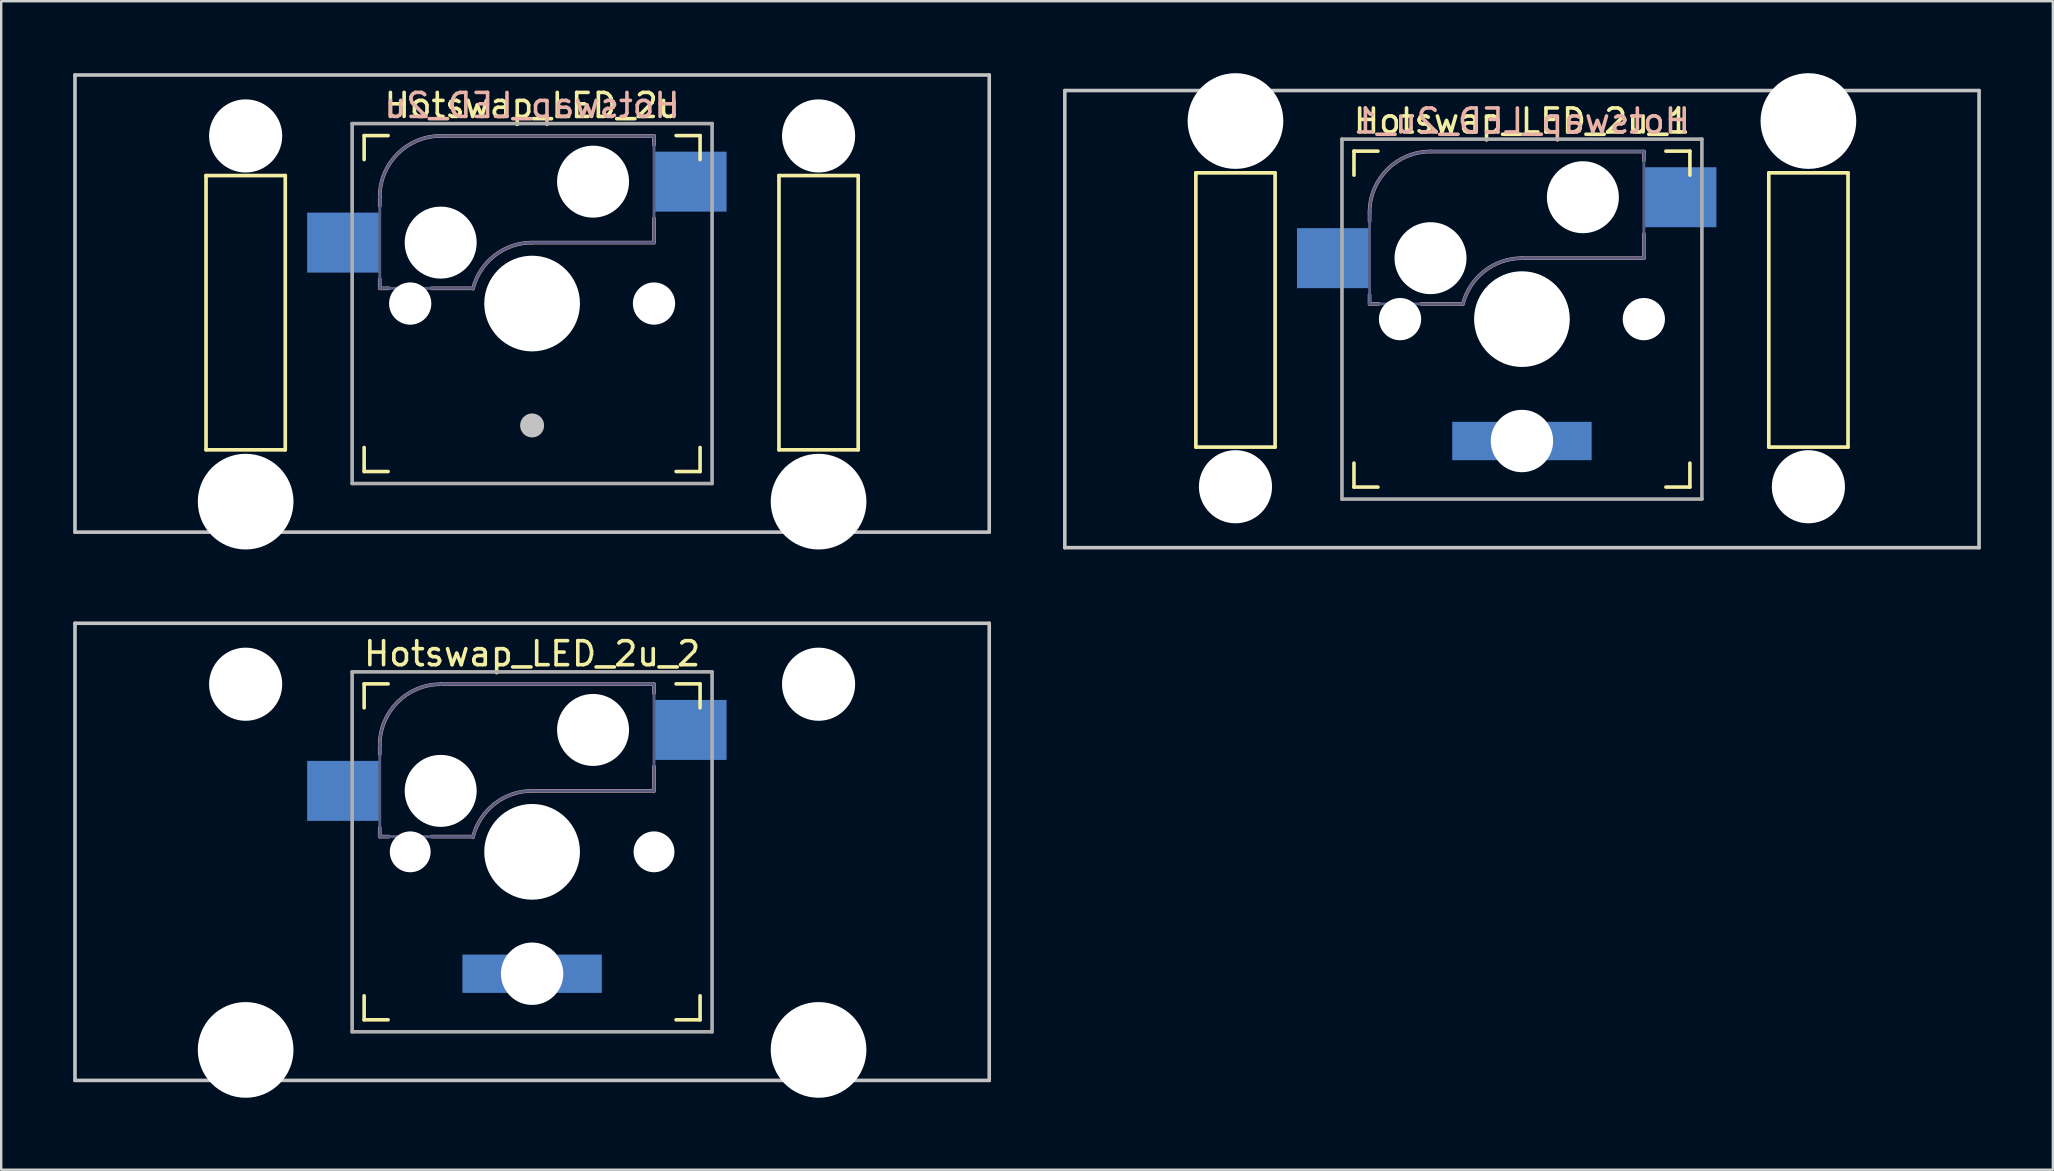
<source format=kicad_pcb>
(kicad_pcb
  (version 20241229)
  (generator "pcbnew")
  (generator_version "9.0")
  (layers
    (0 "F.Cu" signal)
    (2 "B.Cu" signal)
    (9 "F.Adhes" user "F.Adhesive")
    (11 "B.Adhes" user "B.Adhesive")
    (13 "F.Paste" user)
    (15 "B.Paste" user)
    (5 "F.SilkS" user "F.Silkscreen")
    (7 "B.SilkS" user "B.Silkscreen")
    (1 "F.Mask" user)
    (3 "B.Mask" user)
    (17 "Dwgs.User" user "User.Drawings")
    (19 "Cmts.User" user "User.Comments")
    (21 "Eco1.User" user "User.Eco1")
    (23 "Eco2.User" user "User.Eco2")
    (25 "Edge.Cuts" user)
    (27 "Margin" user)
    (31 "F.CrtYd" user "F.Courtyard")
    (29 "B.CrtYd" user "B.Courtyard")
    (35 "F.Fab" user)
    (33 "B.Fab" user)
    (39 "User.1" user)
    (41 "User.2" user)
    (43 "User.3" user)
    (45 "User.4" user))
  (footprint "Hotswap_LED_2u_2"
    (layer "F.Cu")
    (at 19.125 32.449)
    (property "Reference" "Hotswap_LED_2u_2" (at 0 -8.255 0) (layer "F.SilkS") (effects (font (size 1 1) (thickness 0.15))))
    (attr through_hole)
    (fp_line (start -7 -6) (end -7 -7) (stroke (width 0.15) (type solid)) (layer "F.SilkS"))
    (fp_line (start -7 7) (end -7 6) (stroke (width 0.15) (type solid)) (layer "F.SilkS"))
    (fp_line (start -7 7) (end -6 7) (stroke (width 0.15) (type solid)) (layer "F.SilkS"))
    (fp_line (start -6 -7) (end -7 -7) (stroke (width 0.15) (type solid)) (layer "F.SilkS"))
    (fp_line (start 6 7) (end 7 7) (stroke (width 0.15) (type solid)) (layer "F.SilkS"))
    (fp_line (start 7 -7) (end 6 -7) (stroke (width 0.15) (type solid)) (layer "F.SilkS"))
    (fp_line (start 7 -7) (end 7 -6) (stroke (width 0.15) (type solid)) (layer "F.SilkS"))
    (fp_line (start 7 6) (end 7 7) (stroke (width 0.15) (type solid)) (layer "F.SilkS"))
    (fp_line (start -6.35 -4.445) (end -6.35 -4.064) (stroke (width 0.15) (type solid)) (layer "B.SilkS"))
    (fp_line (start -6.35 -1.016) (end -6.35 -0.635) (stroke (width 0.15) (type solid)) (layer "B.SilkS"))
    (fp_line (start -6.35 -0.635) (end -5.969 -0.635) (stroke (width 0.15) (type solid)) (layer "B.SilkS"))
    (fp_line (start -4.191 -0.635) (end -2.54 -0.635) (stroke (width 0.15) (type solid)) (layer "B.SilkS"))
    (fp_line (start 0 -2.54) (end 5.08 -2.54) (stroke (width 0.15) (type solid)) (layer "B.SilkS"))
    (fp_line (start 5.08 -6.985) (end -3.81 -6.985) (stroke (width 0.15) (type solid)) (layer "B.SilkS"))
    (fp_line (start 5.08 -6.604) (end 5.08 -6.985) (stroke (width 0.15) (type solid)) (layer "B.SilkS"))
    (fp_line (start 5.08 -2.54) (end 5.08 -3.556) (stroke (width 0.15) (type solid)) (layer "B.SilkS"))
    (fp_arc (start -6.35 -4.445) (mid -5.606051 -6.241051) (end -3.81 -6.985) (stroke (width 0.15) (type solid)) (layer "B.SilkS"))
    (fp_arc (start -2.464162 -0.61604) (mid -1.563147 -2.002042) (end 0 -2.54) (stroke (width 0.15) (type solid)) (layer "B.SilkS"))
    (fp_line (start -19.05 -9.525) (end 19.05 -9.525) (stroke (width 0.15) (type solid)) (layer "Dwgs.User"))
    (fp_line (start -19.05 9.525) (end -19.05 -9.525) (stroke (width 0.15) (type solid)) (layer "Dwgs.User"))
    (fp_line (start -19.05 9.525) (end 19.05 9.525) (stroke (width 0.15) (type solid)) (layer "Dwgs.User"))
    (fp_line (start 19.05 -9.525) (end 19.05 9.525) (stroke (width 0.15) (type solid)) (layer "Dwgs.User"))
    (fp_line (start -13.589 -5.334) (end -13.589 6.096) (stroke (width 0.152) (type solid)) (layer "Eco2.User"))
    (fp_line (start -13.589 6.096) (end -10.287 6.096) (stroke (width 0.152) (type solid)) (layer "Eco2.User"))
    (fp_line (start -10.287 -5.334) (end -13.589 -5.334) (stroke (width 0.152) (type solid)) (layer "Eco2.User"))
    (fp_line (start -10.287 6.096) (end -10.287 -5.334) (stroke (width 0.152) (type solid)) (layer "Eco2.User"))
    (fp_line (start -6.9 6.9) (end -6.9 -6.9) (stroke (width 0.15) (type solid)) (layer "Eco2.User"))
    (fp_line (start -6.9 6.9) (end 6.9 6.9) (stroke (width 0.15) (type solid)) (layer "Eco2.User"))
    (fp_line (start 6.9 -6.9) (end -6.9 -6.9) (stroke (width 0.15) (type solid)) (layer "Eco2.User"))
    (fp_line (start 6.9 -6.9) (end 6.9 6.9) (stroke (width 0.15) (type solid)) (layer "Eco2.User"))
    (fp_line (start 10.287 -5.334) (end 10.287 6.096) (stroke (width 0.152) (type solid)) (layer "Eco2.User"))
    (fp_line (start 10.287 6.096) (end 13.589 6.096) (stroke (width 0.152) (type solid)) (layer "Eco2.User"))
    (fp_line (start 13.589 -5.334) (end 10.287 -5.334) (stroke (width 0.152) (type solid)) (layer "Eco2.User"))
    (fp_line (start 13.589 6.096) (end 13.589 -5.334) (stroke (width 0.152) (type solid)) (layer "Eco2.User"))
    (fp_line (start -6.35 -4.445) (end -6.35 -0.635) (stroke (width 0.12) (type solid)) (layer "B.Fab"))
    (fp_line (start -6.35 -0.635) (end -2.54 -0.635) (stroke (width 0.12) (type solid)) (layer "B.Fab"))
    (fp_line (start 0 -2.54) (end 5.08 -2.54) (stroke (width 0.12) (type solid)) (layer "B.Fab"))
    (fp_line (start 5.08 -6.985) (end -3.81 -6.985) (stroke (width 0.12) (type solid)) (layer "B.Fab"))
    (fp_line (start 5.08 -2.54) (end 5.08 -6.985) (stroke (width 0.12) (type solid)) (layer "B.Fab"))
    (fp_arc (start -6.35 -4.445) (mid -5.606051 -6.241051) (end -3.81 -6.985) (stroke (width 0.12) (type solid)) (layer "B.Fab"))
    (fp_arc (start -2.464162 -0.61604) (mid -1.563147 -2.002042) (end 0 -2.54) (stroke (width 0.12) (type solid)) (layer "B.Fab"))
    (fp_line (start -7.5 -7.5) (end 7.5 -7.5) (stroke (width 0.15) (type solid)) (layer "F.Fab"))
    (fp_line (start -7.5 7.5) (end -7.5 -7.5) (stroke (width 0.15) (type solid)) (layer "F.Fab"))
    (fp_line (start 7.5 -7.5) (end 7.5 7.5) (stroke (width 0.15) (type solid)) (layer "F.Fab"))
    (fp_line (start 7.5 7.5) (end -7.5 7.5) (stroke (width 0.15) (type solid)) (layer "F.Fab"))
    (pad "" np_thru_hole circle (at -11.938 -6.985) (size 3.048 3.048) (drill 3.048) (layers "*.Cu" "*.Mask"))
    (pad "" np_thru_hole circle (at -11.938 8.255) (size 3.988 3.988) (drill 3.988) (layers "*.Cu" "*.Mask"))
    (pad "" np_thru_hole circle (at -5.08 0 180) (size 1.702 1.702) (drill 1.702) (layers "*.Cu" "*.Mask"))
    (pad "" np_thru_hole circle (at -3.81 -2.54 180) (size 3 3) (drill 3) (layers "*.Cu" "*.Mask"))
    (pad "" np_thru_hole circle (at 0 0 180) (size 3.988 3.988) (drill 3.988) (layers "*.Cu" "*.Mask"))
    (pad "" np_thru_hole circle (at 0 5.08 180) (size 2.6 2.6) (drill 2.6) (layers "*.Cu" "*.Mask"))
    (pad "" np_thru_hole circle (at 2.54 -5.08 180) (size 3 3) (drill 3) (layers "*.Cu" "*.Mask"))
    (pad "" np_thru_hole circle (at 5.08 0 180) (size 1.702 1.702) (drill 1.702) (layers "*.Cu" "*.Mask"))
    (pad "" np_thru_hole circle (at 11.938 -6.985) (size 3.048 3.048) (drill 3.048) (layers "*.Cu" "*.Mask"))
    (pad "" np_thru_hole circle (at 11.938 8.255) (size 3.988 3.988) (drill 3.988) (layers "*.Cu" "*.Mask"))
    (pad "1" smd rect (at -7.874 -2.54 180) (size 3 2.5) (layers "B.Cu" "B.Mask"))
    (pad "2" smd rect (at 6.604 -5.08 180) (size 3 2.5) (layers "B.Cu" "B.Mask"))
    (pad "A" smd rect (at -1.905 5.08 180) (size 2 1.598) (layers "B.Cu" "B.Mask"))
    (pad "K" smd rect (at 1.905 5.08 180) (size 2 1.598) (layers "B.Cu" "B.Mask")))
  (footprint "Hotswap_LED_2u_1"
    (layer "F.Cu")
    (at 60.375 10.249)
    (property "Reference" "Hotswap_LED_2u_1" (at 0 -8.255 0) (layer "F.SilkS") (effects (font (size 1 1) (thickness 0.15))))
    (attr through_hole)
    (fp_line (start -13.589 -6.096) (end -13.589 5.334) (stroke (width 0.152) (type solid)) (layer "F.SilkS"))
    (fp_line (start -13.589 5.334) (end -10.287 5.334) (stroke (width 0.152) (type solid)) (layer "F.SilkS"))
    (fp_line (start -10.287 -6.096) (end -13.589 -6.096) (stroke (width 0.152) (type solid)) (layer "F.SilkS"))
    (fp_line (start -10.287 5.334) (end -10.287 -6.096) (stroke (width 0.152) (type solid)) (layer "F.SilkS"))
    (fp_line (start -7 -6) (end -7 -7) (stroke (width 0.15) (type solid)) (layer "F.SilkS"))
    (fp_line (start -7 7) (end -7 6) (stroke (width 0.15) (type solid)) (layer "F.SilkS"))
    (fp_line (start -7 7) (end -6 7) (stroke (width 0.15) (type solid)) (layer "F.SilkS"))
    (fp_line (start -6 -7) (end -7 -7) (stroke (width 0.15) (type solid)) (layer "F.SilkS"))
    (fp_line (start 6 7) (end 7 7) (stroke (width 0.15) (type solid)) (layer "F.SilkS"))
    (fp_line (start 7 -7) (end 6 -7) (stroke (width 0.15) (type solid)) (layer "F.SilkS"))
    (fp_line (start 7 -7) (end 7 -6) (stroke (width 0.15) (type solid)) (layer "F.SilkS"))
    (fp_line (start 7 6) (end 7 7) (stroke (width 0.15) (type solid)) (layer "F.SilkS"))
    (fp_line (start 10.287 -6.096) (end 10.287 5.334) (stroke (width 0.152) (type solid)) (layer "F.SilkS"))
    (fp_line (start 10.287 5.334) (end 13.589 5.334) (stroke (width 0.152) (type solid)) (layer "F.SilkS"))
    (fp_line (start 13.589 -6.096) (end 10.287 -6.096) (stroke (width 0.152) (type solid)) (layer "F.SilkS"))
    (fp_line (start 13.589 5.334) (end 13.589 -6.096) (stroke (width 0.152) (type solid)) (layer "F.SilkS"))
    (fp_line (start -6.35 -4.445) (end -6.35 -4.064) (stroke (width 0.15) (type solid)) (layer "B.SilkS"))
    (fp_line (start -6.35 -1.016) (end -6.35 -0.635) (stroke (width 0.15) (type solid)) (layer "B.SilkS"))
    (fp_line (start -6.35 -0.635) (end -5.969 -0.635) (stroke (width 0.15) (type solid)) (layer "B.SilkS"))
    (fp_line (start -4.191 -0.635) (end -2.54 -0.635) (stroke (width 0.15) (type solid)) (layer "B.SilkS"))
    (fp_line (start 0 -2.54) (end 5.08 -2.54) (stroke (width 0.15) (type solid)) (layer "B.SilkS"))
    (fp_line (start 5.08 -6.985) (end -3.81 -6.985) (stroke (width 0.15) (type solid)) (layer "B.SilkS"))
    (fp_line (start 5.08 -6.604) (end 5.08 -6.985) (stroke (width 0.15) (type solid)) (layer "B.SilkS"))
    (fp_line (start 5.08 -2.54) (end 5.08 -3.556) (stroke (width 0.15) (type solid)) (layer "B.SilkS"))
    (fp_arc (start -6.35 -4.445) (mid -5.606051 -6.241051) (end -3.81 -6.985) (stroke (width 0.15) (type solid)) (layer "B.SilkS"))
    (fp_arc (start -2.464162 -0.61604) (mid -1.563147 -2.002042) (end 0 -2.54) (stroke (width 0.15) (type solid)) (layer "B.SilkS"))
    (fp_line (start -19.05 -9.525) (end 19.05 -9.525) (stroke (width 0.15) (type solid)) (layer "Dwgs.User"))
    (fp_line (start -19.05 9.525) (end -19.05 -9.525) (stroke (width 0.15) (type solid)) (layer "Dwgs.User"))
    (fp_line (start 19.05 -9.525) (end 19.05 9.525) (stroke (width 0.15) (type solid)) (layer "Dwgs.User"))
    (fp_line (start 19.05 9.525) (end -19.05 9.525) (stroke (width 0.15) (type solid)) (layer "Dwgs.User"))
    (fp_line (start -6.9 6.9) (end -6.9 -6.9) (stroke (width 0.15) (type solid)) (layer "Eco2.User"))
    (fp_line (start -6.9 6.9) (end 6.9 6.9) (stroke (width 0.15) (type solid)) (layer "Eco2.User"))
    (fp_line (start 6.9 -6.9) (end -6.9 -6.9) (stroke (width 0.15) (type solid)) (layer "Eco2.User"))
    (fp_line (start 6.9 -6.9) (end 6.9 6.9) (stroke (width 0.15) (type solid)) (layer "Eco2.User"))
    (fp_line (start -6.35 -4.445) (end -6.35 -0.635) (stroke (width 0.12) (type solid)) (layer "B.Fab"))
    (fp_line (start -6.35 -0.635) (end -2.54 -0.635) (stroke (width 0.12) (type solid)) (layer "B.Fab"))
    (fp_line (start 0 -2.54) (end 5.08 -2.54) (stroke (width 0.12) (type solid)) (layer "B.Fab"))
    (fp_line (start 5.08 -6.985) (end -3.81 -6.985) (stroke (width 0.12) (type solid)) (layer "B.Fab"))
    (fp_line (start 5.08 -2.54) (end 5.08 -6.985) (stroke (width 0.12) (type solid)) (layer "B.Fab"))
    (fp_arc (start -6.35 -4.445) (mid -5.606051 -6.241051) (end -3.81 -6.985) (stroke (width 0.12) (type solid)) (layer "B.Fab"))
    (fp_arc (start -2.464162 -0.61604) (mid -1.563147 -2.002042) (end 0 -2.54) (stroke (width 0.12) (type solid)) (layer "B.Fab"))
    (fp_line (start -7.5 -7.5) (end 7.5 -7.5) (stroke (width 0.15) (type solid)) (layer "F.Fab"))
    (fp_line (start -7.5 7.5) (end -7.5 -7.5) (stroke (width 0.15) (type solid)) (layer "F.Fab"))
    (fp_line (start 7.5 -7.5) (end 7.5 7.5) (stroke (width 0.15) (type solid)) (layer "F.Fab"))
    (fp_line (start 7.5 7.5) (end -7.5 7.5) (stroke (width 0.15) (type solid)) (layer "F.Fab"))
    (fp_text user "${REFERENCE}" (at 0 -8.255 0) (layer "B.SilkS") (effects (font (size 1 1) (thickness 0.15)) (justify mirror)))
    (pad "" np_thru_hole circle (at -11.938 -8.255 180) (size 3.988 3.988) (drill 3.988) (layers "*.Cu" "*.Mask"))
    (pad "" np_thru_hole circle (at -11.938 6.985 180) (size 3.048 3.048) (drill 3.048) (layers "*.Cu" "*.Mask"))
    (pad "" np_thru_hole circle (at -5.08 0 180) (size 1.76 1.76) (drill 1.76) (layers "*.Cu" "*.Mask"))
    (pad "" np_thru_hole circle (at -3.81 -2.54 180) (size 3 3) (drill 3) (layers "*.Cu" "*.Mask"))
    (pad "" np_thru_hole circle (at 0 0 180) (size 3.988 3.988) (drill 3.988) (layers "*.Cu" "*.Mask"))
    (pad "" np_thru_hole circle (at 0 5.08 180) (size 2.6 2.6) (drill 2.6) (layers "*.Cu" "*.Mask"))
    (pad "" np_thru_hole circle (at 2.54 -5.08 180) (size 3 3) (drill 3) (layers "*.Cu" "*.Mask"))
    (pad "" np_thru_hole circle (at 5.08 0 180) (size 1.76 1.76) (drill 1.76) (layers "*.Cu" "*.Mask"))
    (pad "" np_thru_hole circle (at 11.938 -8.255 180) (size 3.988 3.988) (drill 3.988) (layers "*.Cu" "*.Mask"))
    (pad "" np_thru_hole circle (at 11.938 6.985 180) (size 3.048 3.048) (drill 3.048) (layers "*.Cu" "*.Mask"))
    (pad "1" smd rect (at -7.874 -2.54 180) (size 3 2.5) (layers "B.Cu" "B.Mask"))
    (pad "2" smd rect (at 6.604 -5.08 180) (size 3 2.5) (layers "B.Cu" "B.Mask"))
    (pad "A" smd rect (at -1.905 5.08 180) (size 2 1.598) (layers "B.Cu" "B.Mask"))
    (pad "K" smd rect (at 1.905 5.08 180) (size 2 1.598) (layers "B.Cu" "B.Mask")))
  (footprint "Hotswap_LED_2u"
    (layer "F.Cu")
    (at 19.125 9.6)
    (property "Reference" "Hotswap_LED_2u" (at 0 -8.255 0) (layer "F.SilkS") (effects (font (size 1 1) (thickness 0.15))))
    (attr through_hole)
    (fp_line (start -13.589 -5.334) (end -13.589 6.096) (stroke (width 0.152) (type solid)) (layer "F.SilkS"))
    (fp_line (start -13.589 6.096) (end -10.287 6.096) (stroke (width 0.152) (type solid)) (layer "F.SilkS"))
    (fp_line (start -10.287 -5.334) (end -13.589 -5.334) (stroke (width 0.152) (type solid)) (layer "F.SilkS"))
    (fp_line (start -10.287 6.096) (end -10.287 -5.334) (stroke (width 0.152) (type solid)) (layer "F.SilkS"))
    (fp_line (start -7 -6) (end -7 -7) (stroke (width 0.15) (type solid)) (layer "F.SilkS"))
    (fp_line (start -7 7) (end -7 6) (stroke (width 0.15) (type solid)) (layer "F.SilkS"))
    (fp_line (start -7 7) (end -6 7) (stroke (width 0.15) (type solid)) (layer "F.SilkS"))
    (fp_line (start -6 -7) (end -7 -7) (stroke (width 0.15) (type solid)) (layer "F.SilkS"))
    (fp_line (start 6 7) (end 7 7) (stroke (width 0.15) (type solid)) (layer "F.SilkS"))
    (fp_line (start 7 -7) (end 6 -7) (stroke (width 0.15) (type solid)) (layer "F.SilkS"))
    (fp_line (start 7 -7) (end 7 -6) (stroke (width 0.15) (type solid)) (layer "F.SilkS"))
    (fp_line (start 7 6) (end 7 7) (stroke (width 0.15) (type solid)) (layer "F.SilkS"))
    (fp_line (start 10.287 -5.334) (end 10.287 6.096) (stroke (width 0.152) (type solid)) (layer "F.SilkS"))
    (fp_line (start 10.287 6.096) (end 13.589 6.096) (stroke (width 0.152) (type solid)) (layer "F.SilkS"))
    (fp_line (start 13.589 -5.334) (end 10.287 -5.334) (stroke (width 0.152) (type solid)) (layer "F.SilkS"))
    (fp_line (start 13.589 6.096) (end 13.589 -5.334) (stroke (width 0.152) (type solid)) (layer "F.SilkS"))
    (fp_line (start -6.35 -4.445) (end -6.35 -4.064) (stroke (width 0.15) (type solid)) (layer "B.SilkS"))
    (fp_line (start -6.35 -1.016) (end -6.35 -0.635) (stroke (width 0.15) (type solid)) (layer "B.SilkS"))
    (fp_line (start -6.35 -0.635) (end -5.969 -0.635) (stroke (width 0.15) (type solid)) (layer "B.SilkS"))
    (fp_line (start -4.191 -0.635) (end -2.54 -0.635) (stroke (width 0.15) (type solid)) (layer "B.SilkS"))
    (fp_line (start 0 -2.54) (end 5.08 -2.54) (stroke (width 0.15) (type solid)) (layer "B.SilkS"))
    (fp_line (start 5.08 -6.985) (end -3.81 -6.985) (stroke (width 0.15) (type solid)) (layer "B.SilkS"))
    (fp_line (start 5.08 -6.604) (end 5.08 -6.985) (stroke (width 0.15) (type solid)) (layer "B.SilkS"))
    (fp_line (start 5.08 -2.54) (end 5.08 -3.556) (stroke (width 0.15) (type solid)) (layer "B.SilkS"))
    (fp_arc (start -6.35 -4.445) (mid -5.606051 -6.241051) (end -3.81 -6.985) (stroke (width 0.15) (type solid)) (layer "B.SilkS"))
    (fp_arc (start -2.464162 -0.61604) (mid -1.563147 -2.002042) (end 0 -2.54) (stroke (width 0.15) (type solid)) (layer "B.SilkS"))
    (fp_line (start -19.05 -9.525) (end 19.05 -9.525) (stroke (width 0.15) (type solid)) (layer "Dwgs.User"))
    (fp_line (start -19.05 9.525) (end -19.05 -9.525) (stroke (width 0.15) (type solid)) (layer "Dwgs.User"))
    (fp_line (start -19.05 9.525) (end 19.05 9.525) (stroke (width 0.15) (type solid)) (layer "Dwgs.User"))
    (fp_line (start 19.05 -9.525) (end 19.05 9.525) (stroke (width 0.15) (type solid)) (layer "Dwgs.User"))
    (fp_line (start -6.9 6.9) (end -6.9 -6.9) (stroke (width 0.15) (type solid)) (layer "Eco2.User"))
    (fp_line (start -6.9 6.9) (end 6.9 6.9) (stroke (width 0.15) (type solid)) (layer "Eco2.User"))
    (fp_line (start 6.9 -6.9) (end -6.9 -6.9) (stroke (width 0.15) (type solid)) (layer "Eco2.User"))
    (fp_line (start 6.9 -6.9) (end 6.9 6.9) (stroke (width 0.15) (type solid)) (layer "Eco2.User"))
    (fp_line (start -6.35 -4.445) (end -6.35 -0.635) (stroke (width 0.12) (type solid)) (layer "B.Fab"))
    (fp_line (start -6.35 -0.635) (end -2.54 -0.635) (stroke (width 0.12) (type solid)) (layer "B.Fab"))
    (fp_line (start 0 -2.54) (end 5.08 -2.54) (stroke (width 0.12) (type solid)) (layer "B.Fab"))
    (fp_line (start 5.08 -6.985) (end -3.81 -6.985) (stroke (width 0.12) (type solid)) (layer "B.Fab"))
    (fp_line (start 5.08 -2.54) (end 5.08 -6.985) (stroke (width 0.12) (type solid)) (layer "B.Fab"))
    (fp_arc (start -6.35 -4.445) (mid -5.606051 -6.241051) (end -3.81 -6.985) (stroke (width 0.12) (type solid)) (layer "B.Fab"))
    (fp_arc (start -2.464162 -0.61604) (mid -1.563147 -2.002042) (end 0 -2.54) (stroke (width 0.12) (type solid)) (layer "B.Fab"))
    (fp_line (start -7.5 -7.5) (end 7.5 -7.5) (stroke (width 0.15) (type solid)) (layer "F.Fab"))
    (fp_line (start -7.5 7.5) (end -7.5 -7.5) (stroke (width 0.15) (type solid)) (layer "F.Fab"))
    (fp_line (start 7.5 -7.5) (end 7.5 7.5) (stroke (width 0.15) (type solid)) (layer "F.Fab"))
    (fp_line (start 7.5 7.5) (end -7.5 7.5) (stroke (width 0.15) (type solid)) (layer "F.Fab"))
    (fp_text user "${REFERENCE}" (at 0 -8.255 0) (layer "B.SilkS") (effects (font (size 1 1) (thickness 0.15)) (justify mirror)))
    (pad "" np_thru_hole circle (at -11.938 -6.985) (size 3.048 3.048) (drill 3.048) (layers "*.Cu" "*.Mask"))
    (pad "" np_thru_hole circle (at -11.938 8.255) (size 3.988 3.988) (drill 3.988) (layers "*.Cu" "*.Mask"))
    (pad "" np_thru_hole circle (at -5.08 0 180) (size 1.76 1.76) (drill 1.76) (layers "*.Cu" "*.Mask"))
    (pad "" np_thru_hole circle (at -3.81 -2.54 180) (size 3 3) (drill 3) (layers "*.Cu" "*.Mask"))
    (pad "" np_thru_hole circle (at 0 0 180) (size 3.988 3.988) (drill 3.988) (layers "*.Cu" "*.Mask"))
    (pad "" smd circle (at 0 5.08 180) (size 1 1) (layers "Dwgs.User"))
    (pad "" np_thru_hole circle (at 2.54 -5.08 180) (size 3 3) (drill 3) (layers "*.Cu" "*.Mask"))
    (pad "" np_thru_hole circle (at 5.08 0 180) (size 1.76 1.76) (drill 1.76) (layers "*.Cu" "*.Mask"))
    (pad "" np_thru_hole circle (at 11.938 -6.985) (size 3.048 3.048) (drill 3.048) (layers "*.Cu" "*.Mask"))
    (pad "" np_thru_hole circle (at 11.938 8.255) (size 3.988 3.988) (drill 3.988) (layers "*.Cu" "*.Mask"))
    (pad "1" smd rect (at -7.874 -2.54 180) (size 3 2.5) (layers "B.Cu" "B.Mask" "B.Paste"))
    (pad "2" smd rect (at 6.604 -5.08 180) (size 3 2.5) (layers "B.Cu" "B.Mask" "B.Paste")))
  (gr_rect
    (start -3 -3)
    (end 82.5 45.698)
    (stroke (width 0.1) (type default))
    (fill no)
    (layer "Edge.Cuts")))
</source>
